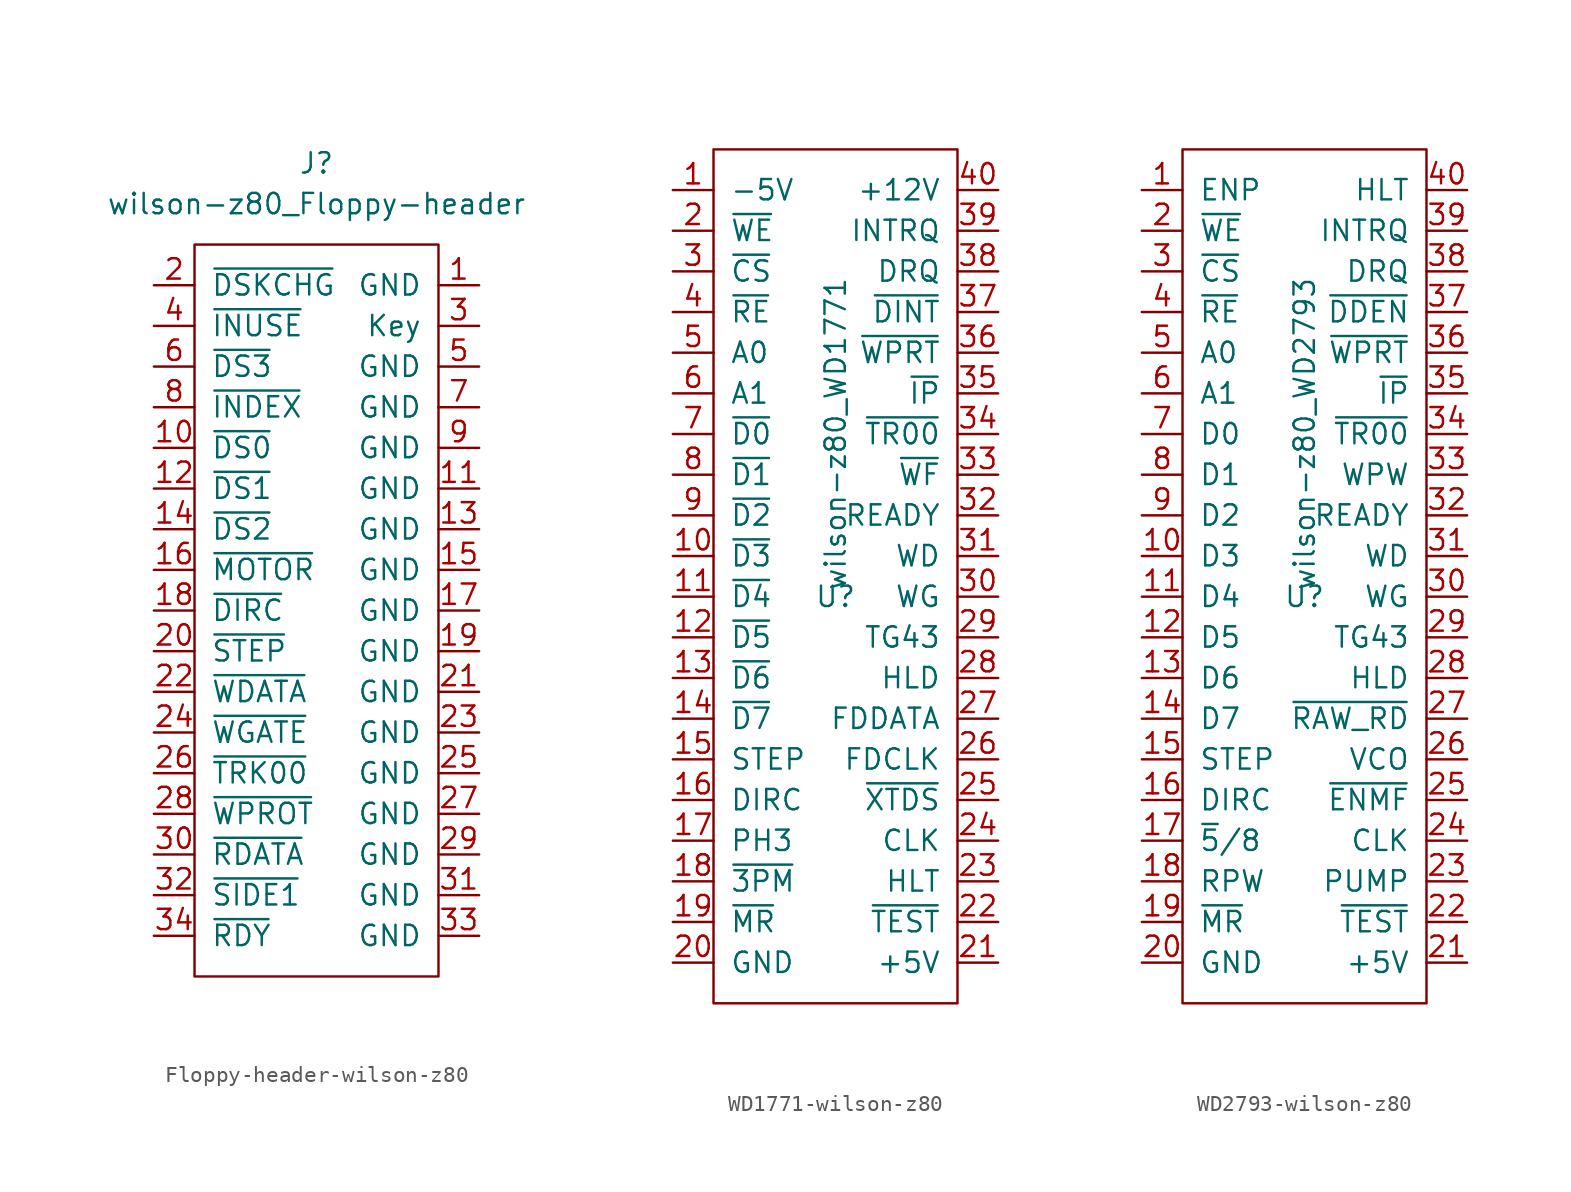
<source format=kicad_sym>
(kicad_symbol_lib
  (version 20220914)
  (generator kicad_symbol_editor)
  (symbol "Floppy-header-wilson-z80"
    (pin_names
      (offset 1.016))
    (property "Reference" "J"
      (at 0 25.4 0)
      (effects (font (size 1.27 1.27))))
    (property "Value" "wilson-z80_Floppy-header"
      (at 0 22.86 0)
      (effects (font (size 1.27 1.27))))
    (symbol "Floppy-header-wilson-z80_0_1"
      (rectangle (start -7.62 20.32) (end 7.62 -25.4) (stroke (width 0) (type solid)) (fill (type none))))
    (symbol "Floppy-header-wilson-z80_1_1"
      (pin passive line (at 10.16 17.78 180) (length 2.54) (name "GND" (effects (font (size 1.27 1.27)))) (number "1" (effects (font (size 1.27 1.27)))))
      (pin passive line (at -10.16 7.62 0) (length 2.54) (name "~{DS0}" (effects (font (size 1.27 1.27)))) (number "10" (effects (font (size 1.27 1.27)))))
      (pin passive line (at 10.16 5.08 180) (length 2.54) (name "GND" (effects (font (size 1.27 1.27)))) (number "11" (effects (font (size 1.27 1.27)))))
      (pin passive line (at -10.16 5.08 0) (length 2.54) (name "~{DS1}" (effects (font (size 1.27 1.27)))) (number "12" (effects (font (size 1.27 1.27)))))
      (pin passive line (at 10.16 2.54 180) (length 2.54) (name "GND" (effects (font (size 1.27 1.27)))) (number "13" (effects (font (size 1.27 1.27)))))
      (pin passive line (at -10.16 2.54 0) (length 2.54) (name "~{DS2}" (effects (font (size 1.27 1.27)))) (number "14" (effects (font (size 1.27 1.27)))))
      (pin passive line (at 10.16 0 180) (length 2.54) (name "GND" (effects (font (size 1.27 1.27)))) (number "15" (effects (font (size 1.27 1.27)))))
      (pin passive line (at -10.16 0 0) (length 2.54) (name "~{MOTOR}" (effects (font (size 1.27 1.27)))) (number "16" (effects (font (size 1.27 1.27)))))
      (pin passive line (at 10.16 -2.54 180) (length 2.54) (name "GND" (effects (font (size 1.27 1.27)))) (number "17" (effects (font (size 1.27 1.27)))))
      (pin passive line (at -10.16 -2.54 0) (length 2.54) (name "~{DIRC}" (effects (font (size 1.27 1.27)))) (number "18" (effects (font (size 1.27 1.27)))))
      (pin passive line (at 10.16 -5.08 180) (length 2.54) (name "GND" (effects (font (size 1.27 1.27)))) (number "19" (effects (font (size 1.27 1.27)))))
      (pin passive line (at -10.16 17.78 0) (length 2.54) (name "~{DSKCHG}" (effects (font (size 1.27 1.27)))) (number "2" (effects (font (size 1.27 1.27)))))
      (pin passive line (at -10.16 -5.08 0) (length 2.54) (name "~{STEP}" (effects (font (size 1.27 1.27)))) (number "20" (effects (font (size 1.27 1.27)))))
      (pin passive line (at 10.16 -7.62 180) (length 2.54) (name "GND" (effects (font (size 1.27 1.27)))) (number "21" (effects (font (size 1.27 1.27)))))
      (pin passive line (at -10.16 -7.62 0) (length 2.54) (name "~{WDATA}" (effects (font (size 1.27 1.27)))) (number "22" (effects (font (size 1.27 1.27)))))
      (pin passive line (at 10.16 -10.16 180) (length 2.54) (name "GND" (effects (font (size 1.27 1.27)))) (number "23" (effects (font (size 1.27 1.27)))))
      (pin passive line (at -10.16 -10.16 0) (length 2.54) (name "~{WGATE}" (effects (font (size 1.27 1.27)))) (number "24" (effects (font (size 1.27 1.27)))))
      (pin passive line (at 10.16 -12.7 180) (length 2.54) (name "GND" (effects (font (size 1.27 1.27)))) (number "25" (effects (font (size 1.27 1.27)))))
      (pin passive line (at -10.16 -12.7 0) (length 2.54) (name "~{TRK00}" (effects (font (size 1.27 1.27)))) (number "26" (effects (font (size 1.27 1.27)))))
      (pin passive line (at 10.16 -15.24 180) (length 2.54) (name "GND" (effects (font (size 1.27 1.27)))) (number "27" (effects (font (size 1.27 1.27)))))
      (pin passive line (at -10.16 -15.24 0) (length 2.54) (name "~{WPROT}" (effects (font (size 1.27 1.27)))) (number "28" (effects (font (size 1.27 1.27)))))
      (pin passive line (at 10.16 -17.78 180) (length 2.54) (name "GND" (effects (font (size 1.27 1.27)))) (number "29" (effects (font (size 1.27 1.27)))))
      (pin passive line (at 10.16 15.24 180) (length 2.54) (name "Key" (effects (font (size 1.27 1.27)))) (number "3" (effects (font (size 1.27 1.27)))))
      (pin passive line (at -10.16 -17.78 0) (length 2.54) (name "~{RDATA}" (effects (font (size 1.27 1.27)))) (number "30" (effects (font (size 1.27 1.27)))))
      (pin passive line (at 10.16 -20.32 180) (length 2.54) (name "GND" (effects (font (size 1.27 1.27)))) (number "31" (effects (font (size 1.27 1.27)))))
      (pin passive line (at -10.16 -20.32 0) (length 2.54) (name "~{SIDE1}" (effects (font (size 1.27 1.27)))) (number "32" (effects (font (size 1.27 1.27)))))
      (pin passive line (at 10.16 -22.86 180) (length 2.54) (name "GND" (effects (font (size 1.27 1.27)))) (number "33" (effects (font (size 1.27 1.27)))))
      (pin passive line (at -10.16 -22.86 0) (length 2.54) (name "~{RDY}" (effects (font (size 1.27 1.27)))) (number "34" (effects (font (size 1.27 1.27)))))
      (pin passive line (at -10.16 15.24 0) (length 2.54) (name "~{INUSE}" (effects (font (size 1.27 1.27)))) (number "4" (effects (font (size 1.27 1.27)))))
      (pin passive line (at 10.16 12.7 180) (length 2.54) (name "GND" (effects (font (size 1.27 1.27)))) (number "5" (effects (font (size 1.27 1.27)))))
      (pin passive line (at -10.16 12.7 0) (length 2.54) (name "~{DS3}" (effects (font (size 1.27 1.27)))) (number "6" (effects (font (size 1.27 1.27)))))
      (pin passive line (at 10.16 10.16 180) (length 2.54) (name "GND" (effects (font (size 1.27 1.27)))) (number "7" (effects (font (size 1.27 1.27)))))
      (pin passive line (at -10.16 10.16 0) (length 2.54) (name "~{INDEX}" (effects (font (size 1.27 1.27)))) (number "8" (effects (font (size 1.27 1.27)))))
      (pin passive line (at 10.16 7.62 180) (length 2.54) (name "GND" (effects (font (size 1.27 1.27)))) (number "9" (effects (font (size 1.27 1.27)))))))
  (symbol "WD1771-wilson-z80"
    (pin_names
      (offset 1.016))
    (property "Reference" "U"
      (at 0 0 0)
      (effects (font (size 1.27 1.27))))
    (property "Value" "wilson-z80_WD1771"
      (at 0 10.16 90)
      (effects (font (size 1.27 1.27))))
    (symbol "WD1771-wilson-z80_0_1"
      (rectangle (start -7.62 27.94) (end 7.62 -25.4) (stroke (width 0) (type solid)) (fill (type none))))
    (symbol "WD1771-wilson-z80_1_1"
      (pin power_in line (at -10.16 25.4 0) (length 2.54) (name "-5V" (effects (font (size 1.27 1.27)))) (number "1" (effects (font (size 1.27 1.27)))))
      (pin bidirectional line (at -10.16 2.54 0) (length 2.54) (name "~{D3}" (effects (font (size 1.27 1.27)))) (number "10" (effects (font (size 1.27 1.27)))))
      (pin bidirectional line (at -10.16 0 0) (length 2.54) (name "~{D4}" (effects (font (size 1.27 1.27)))) (number "11" (effects (font (size 1.27 1.27)))))
      (pin bidirectional line (at -10.16 -2.54 0) (length 2.54) (name "~{D5}" (effects (font (size 1.27 1.27)))) (number "12" (effects (font (size 1.27 1.27)))))
      (pin bidirectional line (at -10.16 -5.08 0) (length 2.54) (name "~{D6}" (effects (font (size 1.27 1.27)))) (number "13" (effects (font (size 1.27 1.27)))))
      (pin bidirectional line (at -10.16 -7.62 0) (length 2.54) (name "~{D7}" (effects (font (size 1.27 1.27)))) (number "14" (effects (font (size 1.27 1.27)))))
      (pin output line (at -10.16 -10.16 0) (length 2.54) (name "STEP" (effects (font (size 1.27 1.27)))) (number "15" (effects (font (size 1.27 1.27)))))
      (pin output line (at -10.16 -12.7 0) (length 2.54) (name "DIRC" (effects (font (size 1.27 1.27)))) (number "16" (effects (font (size 1.27 1.27)))))
      (pin output line (at -10.16 -15.24 0) (length 2.54) (name "PH3" (effects (font (size 1.27 1.27)))) (number "17" (effects (font (size 1.27 1.27)))))
      (pin input line (at -10.16 -17.78 0) (length 2.54) (name "~{3PM}" (effects (font (size 1.27 1.27)))) (number "18" (effects (font (size 1.27 1.27)))))
      (pin input line (at -10.16 -20.32 0) (length 2.54) (name "~{MR}" (effects (font (size 1.27 1.27)))) (number "19" (effects (font (size 1.27 1.27)))))
      (pin input line (at -10.16 22.86 0) (length 2.54) (name "~{WE}" (effects (font (size 1.27 1.27)))) (number "2" (effects (font (size 1.27 1.27)))))
      (pin power_in line (at -10.16 -22.86 0) (length 2.54) (name "GND" (effects (font (size 1.27 1.27)))) (number "20" (effects (font (size 1.27 1.27)))))
      (pin power_in line (at 10.16 -22.86 180) (length 2.54) (name "+5V" (effects (font (size 1.27 1.27)))) (number "21" (effects (font (size 1.27 1.27)))))
      (pin input line (at 10.16 -20.32 180) (length 2.54) (name "~{TEST}" (effects (font (size 1.27 1.27)))) (number "22" (effects (font (size 1.27 1.27)))))
      (pin input line (at 10.16 -17.78 180) (length 2.54) (name "HLT" (effects (font (size 1.27 1.27)))) (number "23" (effects (font (size 1.27 1.27)))))
      (pin input line (at 10.16 -15.24 180) (length 2.54) (name "CLK" (effects (font (size 1.27 1.27)))) (number "24" (effects (font (size 1.27 1.27)))))
      (pin input line (at 10.16 -12.7 180) (length 2.54) (name "~{XTDS}" (effects (font (size 1.27 1.27)))) (number "25" (effects (font (size 1.27 1.27)))))
      (pin input line (at 10.16 -10.16 180) (length 2.54) (name "FDCLK" (effects (font (size 1.27 1.27)))) (number "26" (effects (font (size 1.27 1.27)))))
      (pin input line (at 10.16 -7.62 180) (length 2.54) (name "FDDATA" (effects (font (size 1.27 1.27)))) (number "27" (effects (font (size 1.27 1.27)))))
      (pin output line (at 10.16 -5.08 180) (length 2.54) (name "HLD" (effects (font (size 1.27 1.27)))) (number "28" (effects (font (size 1.27 1.27)))))
      (pin output line (at 10.16 -2.54 180) (length 2.54) (name "TG43" (effects (font (size 1.27 1.27)))) (number "29" (effects (font (size 1.27 1.27)))))
      (pin input line (at -10.16 20.32 0) (length 2.54) (name "~{CS}" (effects (font (size 1.27 1.27)))) (number "3" (effects (font (size 1.27 1.27)))))
      (pin output line (at 10.16 0 180) (length 2.54) (name "WG" (effects (font (size 1.27 1.27)))) (number "30" (effects (font (size 1.27 1.27)))))
      (pin output line (at 10.16 2.54 180) (length 2.54) (name "WD" (effects (font (size 1.27 1.27)))) (number "31" (effects (font (size 1.27 1.27)))))
      (pin input line (at 10.16 5.08 180) (length 2.54) (name "READY" (effects (font (size 1.27 1.27)))) (number "32" (effects (font (size 1.27 1.27)))))
      (pin input line (at 10.16 7.62 180) (length 2.54) (name "~{WF}" (effects (font (size 1.27 1.27)))) (number "33" (effects (font (size 1.27 1.27)))))
      (pin input line (at 10.16 10.16 180) (length 2.54) (name "~{TR00}" (effects (font (size 1.27 1.27)))) (number "34" (effects (font (size 1.27 1.27)))))
      (pin input line (at 10.16 12.7 180) (length 2.54) (name "~{IP}" (effects (font (size 1.27 1.27)))) (number "35" (effects (font (size 1.27 1.27)))))
      (pin input line (at 10.16 15.24 180) (length 2.54) (name "~{WPRT}" (effects (font (size 1.27 1.27)))) (number "36" (effects (font (size 1.27 1.27)))))
      (pin input line (at 10.16 17.78 180) (length 2.54) (name "~{DINT}" (effects (font (size 1.27 1.27)))) (number "37" (effects (font (size 1.27 1.27)))))
      (pin output line (at 10.16 20.32 180) (length 2.54) (name "DRQ" (effects (font (size 1.27 1.27)))) (number "38" (effects (font (size 1.27 1.27)))))
      (pin output line (at 10.16 22.86 180) (length 2.54) (name "INTRQ" (effects (font (size 1.27 1.27)))) (number "39" (effects (font (size 1.27 1.27)))))
      (pin input line (at -10.16 17.78 0) (length 2.54) (name "~{RE}" (effects (font (size 1.27 1.27)))) (number "4" (effects (font (size 1.27 1.27)))))
      (pin power_in line (at 10.16 25.4 180) (length 2.54) (name "+12V" (effects (font (size 1.27 1.27)))) (number "40" (effects (font (size 1.27 1.27)))))
      (pin input line (at -10.16 15.24 0) (length 2.54) (name "A0" (effects (font (size 1.27 1.27)))) (number "5" (effects (font (size 1.27 1.27)))))
      (pin input line (at -10.16 12.7 0) (length 2.54) (name "A1" (effects (font (size 1.27 1.27)))) (number "6" (effects (font (size 1.27 1.27)))))
      (pin bidirectional line (at -10.16 10.16 0) (length 2.54) (name "~{D0}" (effects (font (size 1.27 1.27)))) (number "7" (effects (font (size 1.27 1.27)))))
      (pin bidirectional line (at -10.16 7.62 0) (length 2.54) (name "~{D1}" (effects (font (size 1.27 1.27)))) (number "8" (effects (font (size 1.27 1.27)))))
      (pin bidirectional line (at -10.16 5.08 0) (length 2.54) (name "~{D2}" (effects (font (size 1.27 1.27)))) (number "9" (effects (font (size 1.27 1.27)))))))
  (symbol "WD2793-wilson-z80"
    (pin_names
      (offset 1.016))
    (property "Reference" "U"
      (at 0 0 0)
      (effects (font (size 1.27 1.27))))
    (property "Value" "wilson-z80_WD2793"
      (at 0 10.16 90)
      (effects (font (size 1.27 1.27))))
    (symbol "WD2793-wilson-z80_0_1"
      (rectangle (start -7.62 27.94) (end 7.62 -25.4) (stroke (width 0) (type solid)) (fill (type none))))
    (symbol "WD2793-wilson-z80_1_1"
      (pin input line (at -10.16 25.4 0) (length 2.54) (name "ENP" (effects (font (size 1.27 1.27)))) (number "1" (effects (font (size 1.27 1.27)))))
      (pin bidirectional line (at -10.16 2.54 0) (length 2.54) (name "D3" (effects (font (size 1.27 1.27)))) (number "10" (effects (font (size 1.27 1.27)))))
      (pin bidirectional line (at -10.16 0 0) (length 2.54) (name "D4" (effects (font (size 1.27 1.27)))) (number "11" (effects (font (size 1.27 1.27)))))
      (pin bidirectional line (at -10.16 -2.54 0) (length 2.54) (name "D5" (effects (font (size 1.27 1.27)))) (number "12" (effects (font (size 1.27 1.27)))))
      (pin bidirectional line (at -10.16 -5.08 0) (length 2.54) (name "D6" (effects (font (size 1.27 1.27)))) (number "13" (effects (font (size 1.27 1.27)))))
      (pin bidirectional line (at -10.16 -7.62 0) (length 2.54) (name "D7" (effects (font (size 1.27 1.27)))) (number "14" (effects (font (size 1.27 1.27)))))
      (pin output line (at -10.16 -10.16 0) (length 2.54) (name "STEP" (effects (font (size 1.27 1.27)))) (number "15" (effects (font (size 1.27 1.27)))))
      (pin output line (at -10.16 -12.7 0) (length 2.54) (name "DIRC" (effects (font (size 1.27 1.27)))) (number "16" (effects (font (size 1.27 1.27)))))
      (pin input line (at -10.16 -15.24 0) (length 2.54) (name "~{5}/8" (effects (font (size 1.27 1.27)))) (number "17" (effects (font (size 1.27 1.27)))))
      (pin input line (at -10.16 -17.78 0) (length 2.54) (name "RPW" (effects (font (size 1.27 1.27)))) (number "18" (effects (font (size 1.27 1.27)))))
      (pin input line (at -10.16 -20.32 0) (length 2.54) (name "~{MR}" (effects (font (size 1.27 1.27)))) (number "19" (effects (font (size 1.27 1.27)))))
      (pin input line (at -10.16 22.86 0) (length 2.54) (name "~{WE}" (effects (font (size 1.27 1.27)))) (number "2" (effects (font (size 1.27 1.27)))))
      (pin power_in line (at -10.16 -22.86 0) (length 2.54) (name "GND" (effects (font (size 1.27 1.27)))) (number "20" (effects (font (size 1.27 1.27)))))
      (pin power_in line (at 10.16 -22.86 180) (length 2.54) (name "+5V" (effects (font (size 1.27 1.27)))) (number "21" (effects (font (size 1.27 1.27)))))
      (pin input line (at 10.16 -20.32 180) (length 2.54) (name "~{TEST}" (effects (font (size 1.27 1.27)))) (number "22" (effects (font (size 1.27 1.27)))))
      (pin output line (at 10.16 -17.78 180) (length 2.54) (name "PUMP" (effects (font (size 1.27 1.27)))) (number "23" (effects (font (size 1.27 1.27)))))
      (pin input line (at 10.16 -15.24 180) (length 2.54) (name "CLK" (effects (font (size 1.27 1.27)))) (number "24" (effects (font (size 1.27 1.27)))))
      (pin input line (at 10.16 -12.7 180) (length 2.54) (name "~{ENMF}" (effects (font (size 1.27 1.27)))) (number "25" (effects (font (size 1.27 1.27)))))
      (pin input line (at 10.16 -10.16 180) (length 2.54) (name "VCO" (effects (font (size 1.27 1.27)))) (number "26" (effects (font (size 1.27 1.27)))))
      (pin input line (at 10.16 -7.62 180) (length 2.54) (name "~{RAW_RD}" (effects (font (size 1.27 1.27)))) (number "27" (effects (font (size 1.27 1.27)))))
      (pin output line (at 10.16 -5.08 180) (length 2.54) (name "HLD" (effects (font (size 1.27 1.27)))) (number "28" (effects (font (size 1.27 1.27)))))
      (pin output line (at 10.16 -2.54 180) (length 2.54) (name "TG43" (effects (font (size 1.27 1.27)))) (number "29" (effects (font (size 1.27 1.27)))))
      (pin input line (at -10.16 20.32 0) (length 2.54) (name "~{CS}" (effects (font (size 1.27 1.27)))) (number "3" (effects (font (size 1.27 1.27)))))
      (pin output line (at 10.16 0 180) (length 2.54) (name "WG" (effects (font (size 1.27 1.27)))) (number "30" (effects (font (size 1.27 1.27)))))
      (pin output line (at 10.16 2.54 180) (length 2.54) (name "WD" (effects (font (size 1.27 1.27)))) (number "31" (effects (font (size 1.27 1.27)))))
      (pin input line (at 10.16 5.08 180) (length 2.54) (name "READY" (effects (font (size 1.27 1.27)))) (number "32" (effects (font (size 1.27 1.27)))))
      (pin input line (at 10.16 7.62 180) (length 2.54) (name "WPW" (effects (font (size 1.27 1.27)))) (number "33" (effects (font (size 1.27 1.27)))))
      (pin input line (at 10.16 10.16 180) (length 2.54) (name "~{TR00}" (effects (font (size 1.27 1.27)))) (number "34" (effects (font (size 1.27 1.27)))))
      (pin input line (at 10.16 12.7 180) (length 2.54) (name "~{IP}" (effects (font (size 1.27 1.27)))) (number "35" (effects (font (size 1.27 1.27)))))
      (pin input line (at 10.16 15.24 180) (length 2.54) (name "~{WPRT}" (effects (font (size 1.27 1.27)))) (number "36" (effects (font (size 1.27 1.27)))))
      (pin input line (at 10.16 17.78 180) (length 2.54) (name "~{DDEN}" (effects (font (size 1.27 1.27)))) (number "37" (effects (font (size 1.27 1.27)))))
      (pin output line (at 10.16 20.32 180) (length 2.54) (name "DRQ" (effects (font (size 1.27 1.27)))) (number "38" (effects (font (size 1.27 1.27)))))
      (pin output line (at 10.16 22.86 180) (length 2.54) (name "INTRQ" (effects (font (size 1.27 1.27)))) (number "39" (effects (font (size 1.27 1.27)))))
      (pin input line (at -10.16 17.78 0) (length 2.54) (name "~{RE}" (effects (font (size 1.27 1.27)))) (number "4" (effects (font (size 1.27 1.27)))))
      (pin input line (at 10.16 25.4 180) (length 2.54) (name "HLT" (effects (font (size 1.27 1.27)))) (number "40" (effects (font (size 1.27 1.27)))))
      (pin input line (at -10.16 15.24 0) (length 2.54) (name "A0" (effects (font (size 1.27 1.27)))) (number "5" (effects (font (size 1.27 1.27)))))
      (pin input line (at -10.16 12.7 0) (length 2.54) (name "A1" (effects (font (size 1.27 1.27)))) (number "6" (effects (font (size 1.27 1.27)))))
      (pin bidirectional line (at -10.16 10.16 0) (length 2.54) (name "D0" (effects (font (size 1.27 1.27)))) (number "7" (effects (font (size 1.27 1.27)))))
      (pin bidirectional line (at -10.16 7.62 0) (length 2.54) (name "D1" (effects (font (size 1.27 1.27)))) (number "8" (effects (font (size 1.27 1.27)))))
      (pin bidirectional line (at -10.16 5.08 0) (length 2.54) (name "D2" (effects (font (size 1.27 1.27)))) (number "9" (effects (font (size 1.27 1.27))))))))
</source>
